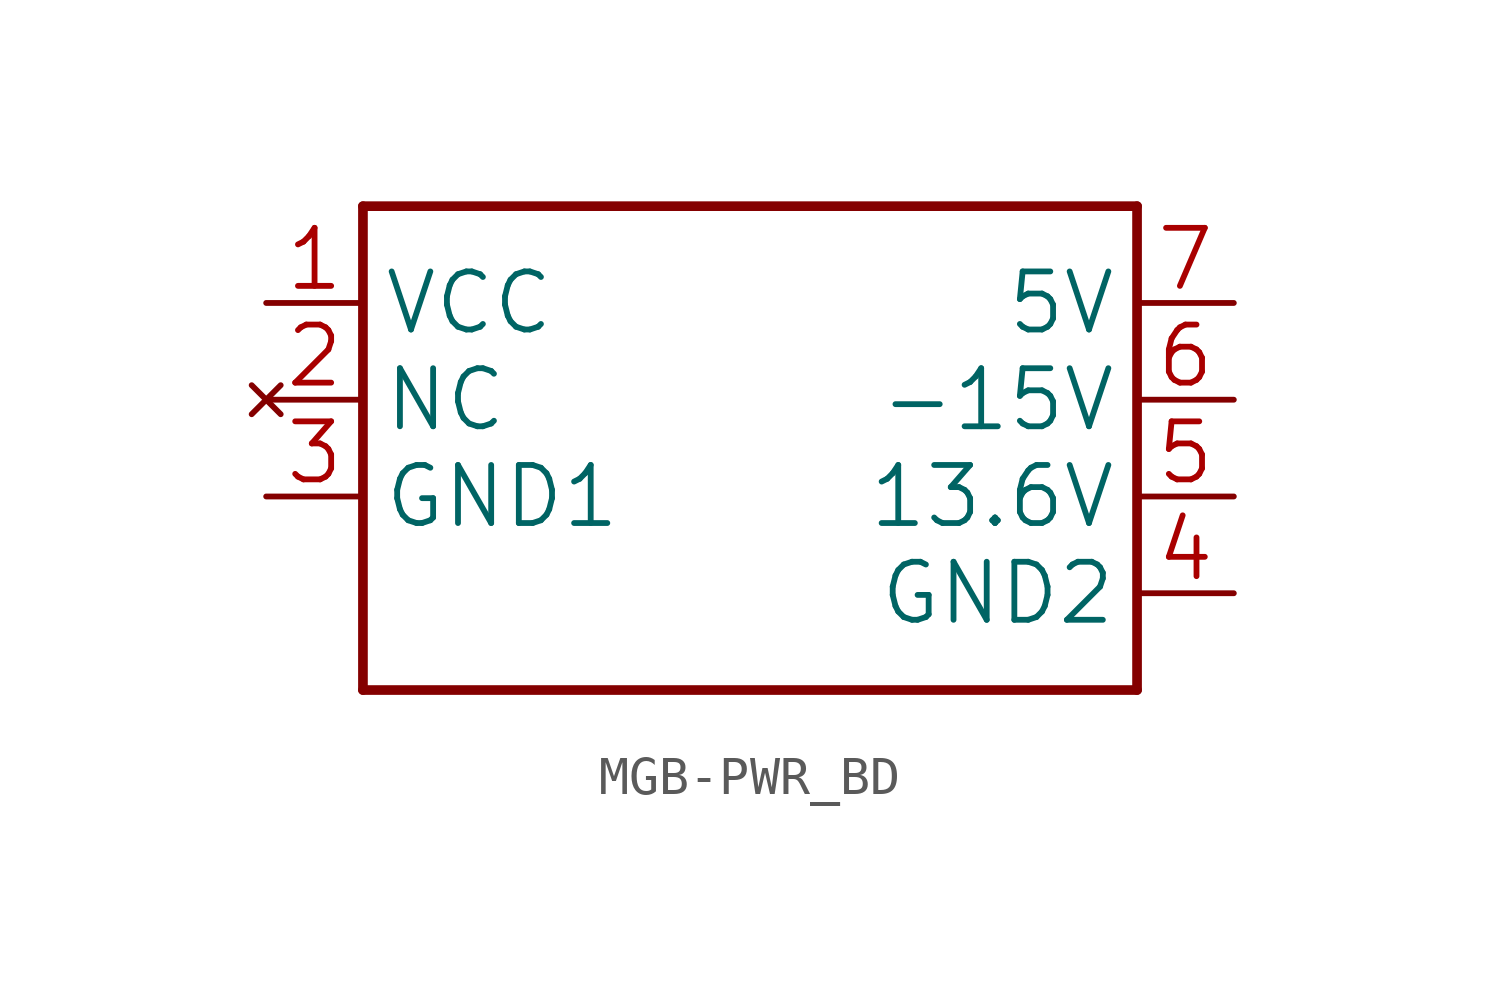
<source format=kicad_sym>
(kicad_symbol_lib
  (version 20241209)
  (generator "kicad_symbol_editor")
  (generator_version "9.0")
  (symbol "MGB-PWR_BD"
    (property "Reference" ""
      (at 0 0 0)
      (effects (font (size 1.27 1.27)) (hide yes)))
    (property "ki_locked" ""
      (at 0 0 0)
      (effects (font (size 1.27 1.27))))
    (symbol "MGB-PWR_BD_1_0"
      (polyline (pts (xy -10.16 5.08) (xy 10.16 5.08)) (stroke (width 0.254) (type solid)) (fill (type none)))
      (polyline (pts (xy -10.16 -7.62) (xy -10.16 5.08)) (stroke (width 0.254) (type solid)) (fill (type none)))
      (polyline (pts (xy 10.16 5.08) (xy 10.16 -7.62)) (stroke (width 0.254) (type solid)) (fill (type none)))
      (polyline (pts (xy 10.16 -7.62) (xy -10.16 -7.62)) (stroke (width 0.254) (type solid)) (fill (type none)))
      (pin input line (at -12.7 2.54 0) (length 2.54) (name "VCC" (effects (font (size 1.524 1.524)))) (number "1" (effects (font (size 1.524 1.524)))))
      (pin no_connect line (at -12.7 0 0) (length 2.54) (name "NC" (effects (font (size 1.524 1.524)))) (number "2" (effects (font (size 1.524 1.524)))))
      (pin power_in line (at -12.7 -2.54 0) (length 2.54) (name "GND1" (effects (font (size 1.524 1.524)))) (number "3" (effects (font (size 1.524 1.524)))))
      (pin power_in line (at 12.7 2.54 180) (length 2.54) (name "5V" (effects (font (size 1.524 1.524)))) (number "7" (effects (font (size 1.524 1.524)))))
      (pin power_in line (at 12.7 0 180) (length 2.54) (name "-15V" (effects (font (size 1.524 1.524)))) (number "6" (effects (font (size 1.524 1.524)))))
      (pin power_in line (at 12.7 -2.54 180) (length 2.54) (name "13.6V" (effects (font (size 1.524 1.524)))) (number "5" (effects (font (size 1.524 1.524)))))
      (pin power_in line (at 12.7 -5.08 180) (length 2.54) (name "GND2" (effects (font (size 1.524 1.524)))) (number "4" (effects (font (size 1.524 1.524))))))))
</source>
